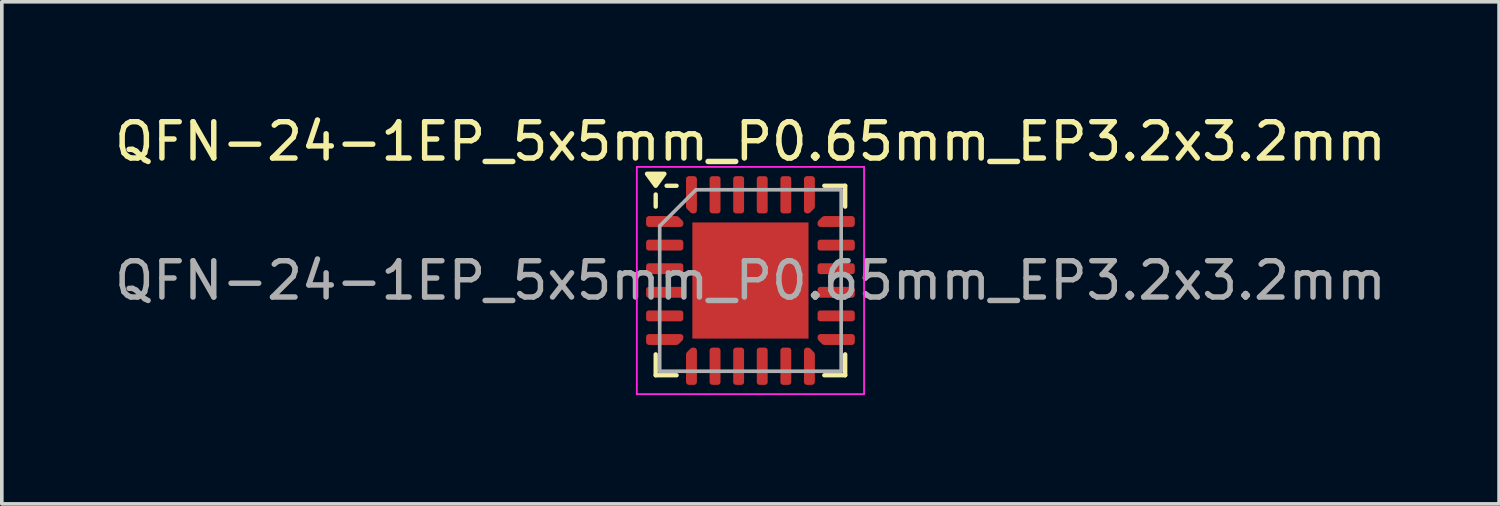
<source format=kicad_pcb>
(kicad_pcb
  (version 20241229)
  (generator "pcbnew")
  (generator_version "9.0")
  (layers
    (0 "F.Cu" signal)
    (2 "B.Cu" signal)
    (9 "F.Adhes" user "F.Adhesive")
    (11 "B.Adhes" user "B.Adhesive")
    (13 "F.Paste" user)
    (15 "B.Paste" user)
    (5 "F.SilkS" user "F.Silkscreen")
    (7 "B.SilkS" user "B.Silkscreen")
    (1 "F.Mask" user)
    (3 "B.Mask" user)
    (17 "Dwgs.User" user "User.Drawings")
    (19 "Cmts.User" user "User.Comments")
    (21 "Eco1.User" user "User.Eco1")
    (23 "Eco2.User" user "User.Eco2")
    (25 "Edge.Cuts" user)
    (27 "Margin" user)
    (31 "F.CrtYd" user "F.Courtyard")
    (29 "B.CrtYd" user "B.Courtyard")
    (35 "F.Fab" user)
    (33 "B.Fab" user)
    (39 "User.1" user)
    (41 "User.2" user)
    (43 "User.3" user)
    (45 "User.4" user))
  (footprint "QFN-24-1EP_5x5mm_P0.65mm_EP3.2x3.2mm"
    (layer "F.Cu")
    (at 17.625 4.678)
    (property "Reference" "QFN-24-1EP_5x5mm_P0.65mm_EP3.2x3.2mm" (at 0 -3.83 0) (layer "F.SilkS") (effects (font (size 1 1) (thickness 0.15))))
    (attr smd)
    (fp_line (start -2.61 -2.035) (end -2.61 -2.37) (stroke (width 0.12) (type solid)) (layer "F.SilkS"))
    (fp_line (start -2.61 2.61) (end -2.61 2.035) (stroke (width 0.12) (type solid)) (layer "F.SilkS"))
    (fp_line (start -2.035 -2.61) (end -2.31 -2.61) (stroke (width 0.12) (type solid)) (layer "F.SilkS"))
    (fp_line (start -2.035 2.61) (end -2.61 2.61) (stroke (width 0.12) (type solid)) (layer "F.SilkS"))
    (fp_line (start 2.035 -2.61) (end 2.61 -2.61) (stroke (width 0.12) (type solid)) (layer "F.SilkS"))
    (fp_line (start 2.035 2.61) (end 2.61 2.61) (stroke (width 0.12) (type solid)) (layer "F.SilkS"))
    (fp_line (start 2.61 -2.61) (end 2.61 -2.035) (stroke (width 0.12) (type solid)) (layer "F.SilkS"))
    (fp_line (start 2.61 2.61) (end 2.61 2.035) (stroke (width 0.12) (type solid)) (layer "F.SilkS"))
    (fp_poly (pts (xy -2.61 -2.61) (xy -2.85 -2.94) (xy -2.37 -2.94) (xy -2.61 -2.61)) (stroke (width 0.12) (type solid)) (fill yes) (layer "F.SilkS"))
    (fp_line (start -3.13 -3.13) (end -3.13 3.13) (stroke (width 0.05) (type solid)) (layer "F.CrtYd"))
    (fp_line (start -3.13 3.13) (end 3.13 3.13) (stroke (width 0.05) (type solid)) (layer "F.CrtYd"))
    (fp_line (start 3.13 -3.13) (end -3.13 -3.13) (stroke (width 0.05) (type solid)) (layer "F.CrtYd"))
    (fp_line (start 3.13 3.13) (end 3.13 -3.13) (stroke (width 0.05) (type solid)) (layer "F.CrtYd"))
    (fp_line (start -2.5 -1.5) (end -1.5 -2.5) (stroke (width 0.1) (type solid)) (layer "F.Fab"))
    (fp_line (start -2.5 2.5) (end -2.5 -1.5) (stroke (width 0.1) (type solid)) (layer "F.Fab"))
    (fp_line (start -1.5 -2.5) (end 2.5 -2.5) (stroke (width 0.1) (type solid)) (layer "F.Fab"))
    (fp_line (start 2.5 -2.5) (end 2.5 2.5) (stroke (width 0.1) (type solid)) (layer "F.Fab"))
    (fp_line (start 2.5 2.5) (end -2.5 2.5) (stroke (width 0.1) (type solid)) (layer "F.Fab"))
    (fp_text user "${REFERENCE}" (at 0 0 0) (layer "F.Fab") (effects (font (size 1 1) (thickness 0.15))))
    (pad "" smd roundrect (at -0.8 -0.8) (size 1.29 1.29) (layers "F.Paste") (roundrect_rratio 0.194))
    (pad "" smd roundrect (at -0.8 0.8) (size 1.29 1.29) (layers "F.Paste") (roundrect_rratio 0.194))
    (pad "" smd roundrect (at 0.8 -0.8) (size 1.29 1.29) (layers "F.Paste") (roundrect_rratio 0.194))
    (pad "" smd roundrect (at 0.8 0.8) (size 1.29 1.29) (layers "F.Paste") (roundrect_rratio 0.194))
    (pad "1" smd custom (at -2.362 -1.625) (size 0.194 0.194) (layers "F.Cu" "F.Mask" "F.Paste") (options (anchor circle)) (primitives (gr_poly (pts (xy -0.438 -0.075) (xy 0.331 -0.075) (xy 0.438 0.031) (xy 0.438 0.075) (xy -0.438 0.075)) (width 0.15) (fill yes))))
    (pad "2" smd roundrect (at -2.362 -0.975) (size 1.025 0.3) (layers "F.Cu" "F.Mask" "F.Paste") (roundrect_rratio 0.25))
    (pad "3" smd roundrect (at -2.362 -0.325) (size 1.025 0.3) (layers "F.Cu" "F.Mask" "F.Paste") (roundrect_rratio 0.25))
    (pad "4" smd roundrect (at -2.362 0.325) (size 1.025 0.3) (layers "F.Cu" "F.Mask" "F.Paste") (roundrect_rratio 0.25))
    (pad "5" smd roundrect (at -2.362 0.975) (size 1.025 0.3) (layers "F.Cu" "F.Mask" "F.Paste") (roundrect_rratio 0.25))
    (pad "6" smd custom (at -2.362 1.625) (size 0.194 0.194) (layers "F.Cu" "F.Mask" "F.Paste") (options (anchor circle)) (primitives (gr_poly (pts (xy -0.438 -0.075) (xy 0.438 -0.075) (xy 0.438 -0.031) (xy 0.331 0.075) (xy -0.438 0.075)) (width 0.15) (fill yes))))
    (pad "7" smd custom (at -1.625 2.362) (size 0.194 0.194) (layers "F.Cu" "F.Mask" "F.Paste") (options (anchor circle)) (primitives (gr_poly (pts (xy -0.075 -0.331) (xy 0.031 -0.438) (xy 0.075 -0.438) (xy 0.075 0.438) (xy -0.075 0.438)) (width 0.15) (fill yes))))
    (pad "8" smd roundrect (at -0.975 2.362) (size 0.3 1.025) (layers "F.Cu" "F.Mask" "F.Paste") (roundrect_rratio 0.25))
    (pad "9" smd roundrect (at -0.325 2.362) (size 0.3 1.025) (layers "F.Cu" "F.Mask" "F.Paste") (roundrect_rratio 0.25))
    (pad "10" smd roundrect (at 0.325 2.362) (size 0.3 1.025) (layers "F.Cu" "F.Mask" "F.Paste") (roundrect_rratio 0.25))
    (pad "11" smd roundrect (at 0.975 2.362) (size 0.3 1.025) (layers "F.Cu" "F.Mask" "F.Paste") (roundrect_rratio 0.25))
    (pad "12" smd custom (at 1.625 2.362) (size 0.194 0.194) (layers "F.Cu" "F.Mask" "F.Paste") (options (anchor circle)) (primitives (gr_poly (pts (xy -0.075 -0.438) (xy -0.031 -0.438) (xy 0.075 -0.331) (xy 0.075 0.438) (xy -0.075 0.438)) (width 0.15) (fill yes))))
    (pad "13" smd custom (at 2.362 1.625) (size 0.194 0.194) (layers "F.Cu" "F.Mask" "F.Paste") (options (anchor circle)) (primitives (gr_poly (pts (xy -0.438 -0.075) (xy 0.438 -0.075) (xy 0.438 0.075) (xy -0.331 0.075) (xy -0.438 -0.031)) (width 0.15) (fill yes))))
    (pad "14" smd roundrect (at 2.362 0.975) (size 1.025 0.3) (layers "F.Cu" "F.Mask" "F.Paste") (roundrect_rratio 0.25))
    (pad "15" smd roundrect (at 2.362 0.325) (size 1.025 0.3) (layers "F.Cu" "F.Mask" "F.Paste") (roundrect_rratio 0.25))
    (pad "16" smd roundrect (at 2.362 -0.325) (size 1.025 0.3) (layers "F.Cu" "F.Mask" "F.Paste") (roundrect_rratio 0.25))
    (pad "17" smd roundrect (at 2.362 -0.975) (size 1.025 0.3) (layers "F.Cu" "F.Mask" "F.Paste") (roundrect_rratio 0.25))
    (pad "18" smd custom (at 2.362 -1.625) (size 0.194 0.194) (layers "F.Cu" "F.Mask" "F.Paste") (options (anchor circle)) (primitives (gr_poly (pts (xy -0.438 0.031) (xy -0.331 -0.075) (xy 0.438 -0.075) (xy 0.438 0.075) (xy -0.438 0.075)) (width 0.15) (fill yes))))
    (pad "19" smd custom (at 1.625 -2.362) (size 0.194 0.194) (layers "F.Cu" "F.Mask" "F.Paste") (options (anchor circle)) (primitives (gr_poly (pts (xy -0.075 -0.438) (xy 0.075 -0.438) (xy 0.075 0.331) (xy -0.031 0.438) (xy -0.075 0.438)) (width 0.15) (fill yes))))
    (pad "20" smd roundrect (at 0.975 -2.362) (size 0.3 1.025) (layers "F.Cu" "F.Mask" "F.Paste") (roundrect_rratio 0.25))
    (pad "21" smd roundrect (at 0.325 -2.362) (size 0.3 1.025) (layers "F.Cu" "F.Mask" "F.Paste") (roundrect_rratio 0.25))
    (pad "22" smd roundrect (at -0.325 -2.362) (size 0.3 1.025) (layers "F.Cu" "F.Mask" "F.Paste") (roundrect_rratio 0.25))
    (pad "23" smd roundrect (at -0.975 -2.362) (size 0.3 1.025) (layers "F.Cu" "F.Mask" "F.Paste") (roundrect_rratio 0.25))
    (pad "24" smd custom (at -1.625 -2.362) (size 0.194 0.194) (layers "F.Cu" "F.Mask" "F.Paste") (options (anchor circle)) (primitives (gr_poly (pts (xy -0.075 -0.438) (xy 0.075 -0.438) (xy 0.075 0.438) (xy 0.031 0.438) (xy -0.075 0.331)) (width 0.15) (fill yes))))
    (pad "25" smd rect (at 0 0) (size 3.2 3.2) (property pad_prop_heatsink) (layers "F.Cu" "F.Mask")))
  (gr_rect
    (start -3 -3)
    (end 38.25 10.833)
    (stroke (width 0.1) (type default))
    (fill no)
    (layer "Edge.Cuts")))
</source>
